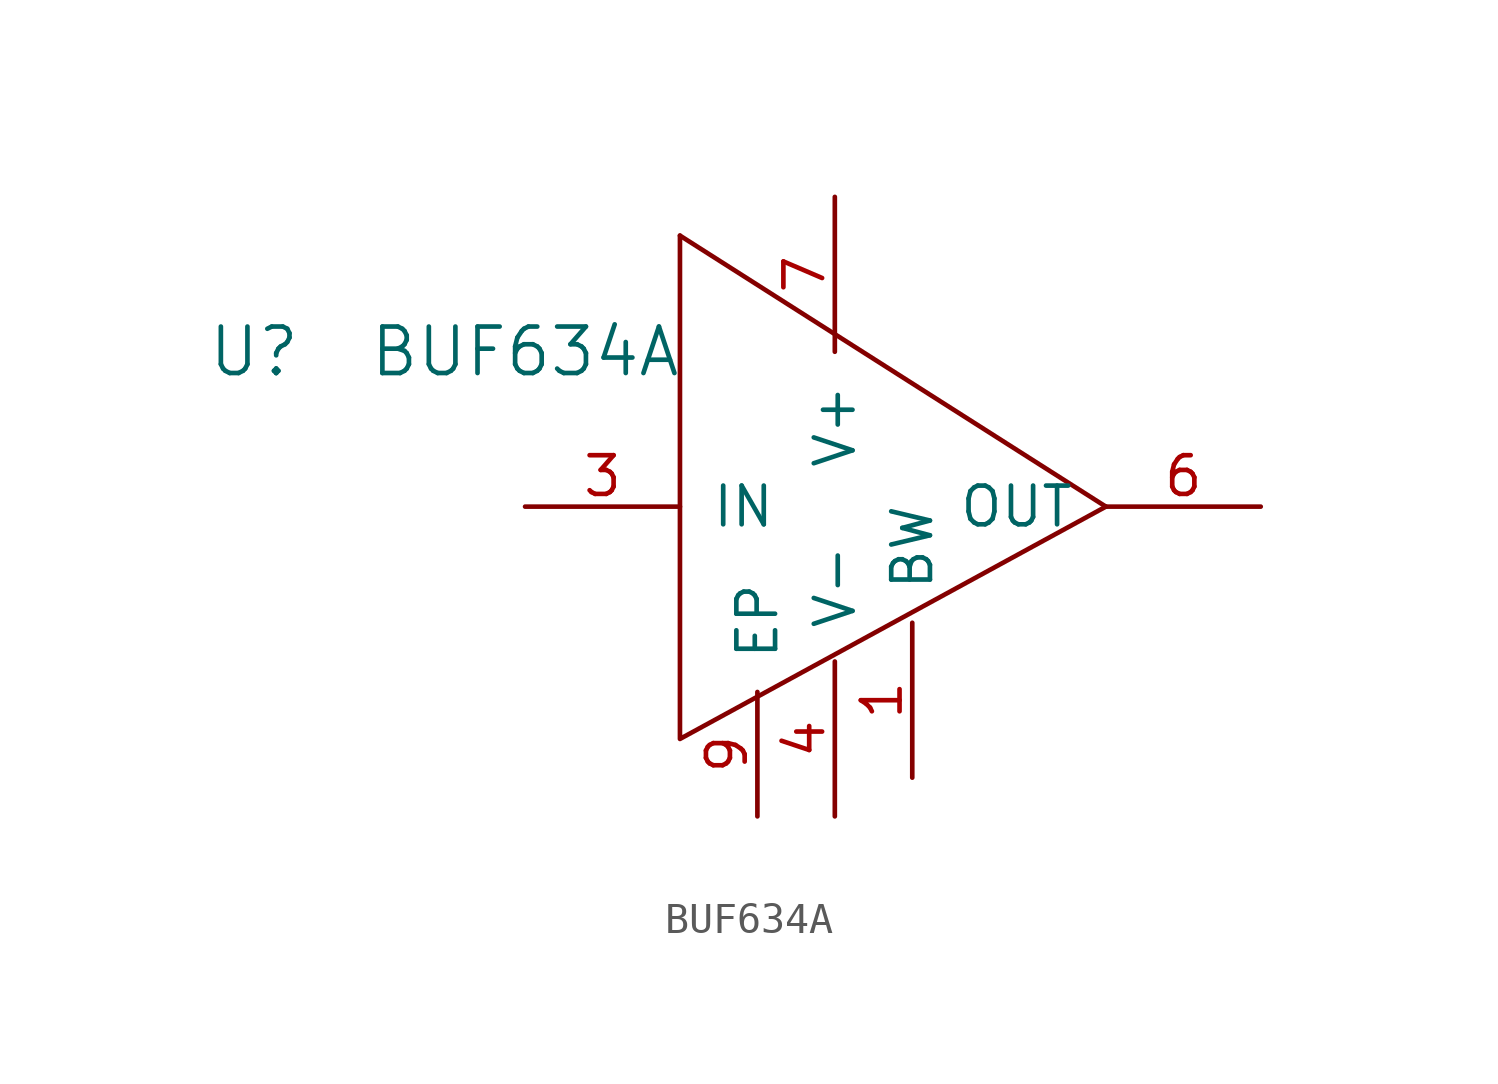
<source format=kicad_sym>
(kicad_symbol_lib
  (version 20220914)
  (generator kicad_symbol_editor)
  (symbol "BUF634A"
    (pin_names
      (offset 1.016))
    (property "Reference" "U"
      (at -10.16 -12.7 0)
      (effects (font (size 1.524 1.524))))
    (property "Value" "BUF634A"
      (at -1.27 -12.7 0)
      (effects (font (size 1.524 1.524))))
    (symbol "BUF634A_0_1"
      (polyline (pts (xy 17.78 -17.78) (xy 3.81 -8.89)) (stroke (width 0) (type solid)) (fill (type none)))
      (polyline (pts (xy 17.78 -17.78) (xy 3.81 -25.4) (xy 3.81 -8.89)) (stroke (width 0) (type solid)) (fill (type none))))
    (symbol "BUF634A_1_1"
      (pin passive line (at 11.43 -26.67 90) (length 5.08) (name "BW" (effects (font (size 1.27 1.27)))) (number "1" (effects (font (size 1.27 1.27)))))
      (pin passive line (at -1.27 -17.78 0) (length 5.08) (name "IN" (effects (font (size 1.27 1.27)))) (number "3" (effects (font (size 1.27 1.27)))))
      (pin passive line (at 8.89 -27.94 90) (length 5.08) (name "V-" (effects (font (size 1.27 1.27)))) (number "4" (effects (font (size 1.27 1.27)))))
      (pin passive line (at 22.86 -17.78 180) (length 5.08) (name "OUT" (effects (font (size 1.27 1.27)))) (number "6" (effects (font (size 1.27 1.27)))))
      (pin passive line (at 8.89 -7.62 270) (length 5.08) (name "V+" (effects (font (size 1.27 1.27)))) (number "7" (effects (font (size 1.27 1.27)))))
      (pin passive line (at 6.35 -27.94 90) (length 4.08) (name "EP" (effects (font (size 1.27 1.27)))) (number "9" (effects (font (size 1.27 1.27))))))))
</source>
